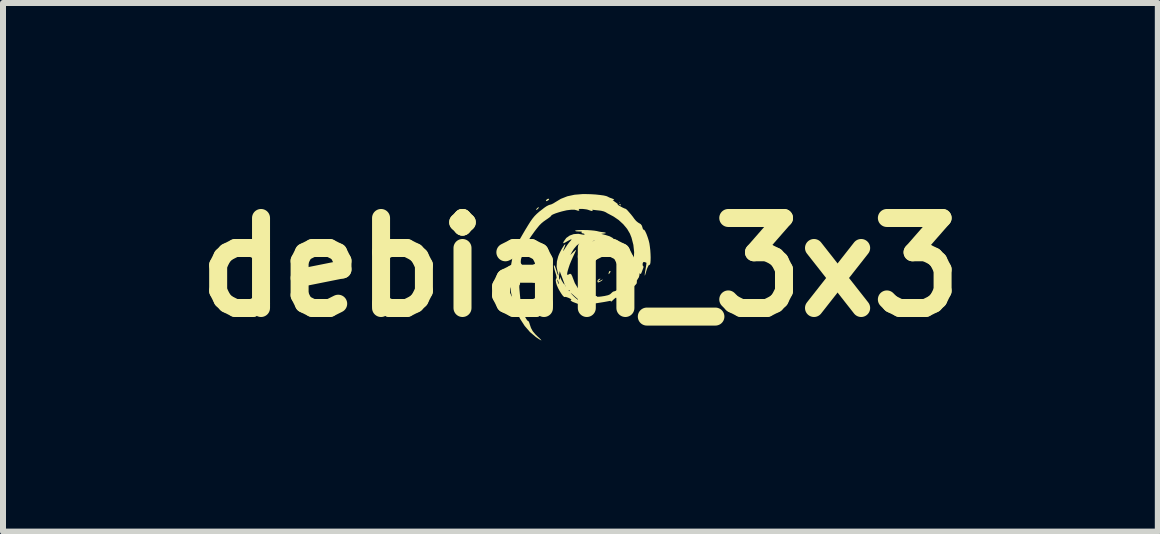
<source format=kicad_pcb>
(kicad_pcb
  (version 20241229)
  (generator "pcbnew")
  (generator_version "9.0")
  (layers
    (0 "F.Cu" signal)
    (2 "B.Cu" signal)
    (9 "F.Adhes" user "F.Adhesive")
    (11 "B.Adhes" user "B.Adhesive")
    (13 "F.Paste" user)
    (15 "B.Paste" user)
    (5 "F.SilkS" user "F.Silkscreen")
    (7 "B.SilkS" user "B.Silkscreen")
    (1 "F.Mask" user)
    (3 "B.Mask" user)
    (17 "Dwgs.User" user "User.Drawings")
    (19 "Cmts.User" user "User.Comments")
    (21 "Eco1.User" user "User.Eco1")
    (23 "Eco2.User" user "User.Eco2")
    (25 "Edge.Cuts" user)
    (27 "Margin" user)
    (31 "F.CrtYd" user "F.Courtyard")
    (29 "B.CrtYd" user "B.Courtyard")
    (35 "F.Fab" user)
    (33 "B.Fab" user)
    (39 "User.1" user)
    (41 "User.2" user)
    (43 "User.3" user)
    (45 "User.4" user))
  (footprint "debian_3x3"
    (layer "F.Cu")
    (at 6.621 1.404)
    (property "Reference" "debian_3x3" (at 0 0 0) (layer "F.SilkS") (effects (font (size 1.5 1.5) (thickness 0.3))))
    (attr board_only exclude_from_pos_files exclude_from_bom)
    (fp_poly (pts (xy 0.656 -1.084) (xy 0.651 -1.078) (xy 0.645 -1.084) (xy 0.651 -1.09)) (stroke (width 0) (type solid)) (fill yes) (layer "F.SilkS"))
    (fp_poly (pts (xy -0.692 -1) (xy -0.699 -0.984) (xy -0.715 -0.967) (xy -0.732 -0.955) (xy -0.738 -0.958) (xy -0.731 -0.973) (xy -0.715 -0.99) (xy -0.698 -1.002)) (stroke (width 0) (type solid)) (fill yes) (layer "F.SilkS"))
    (fp_poly (pts (xy 0.502 0.063) (xy 0.5 0.078) (xy 0.486 0.1) (xy 0.473 0.115) (xy 0.47 0.11) (xy 0.471 0.095) (xy 0.479 0.071) (xy 0.489 0.061)) (stroke (width 0) (type solid)) (fill yes) (layer "F.SilkS"))
    (fp_poly (pts (xy 0.672 -1.046) (xy 0.674 -1.043) (xy 0.673 -1.032) (xy 0.669 -1.031) (xy 0.653 -1.04) (xy 0.651 -1.043) (xy 0.651 -1.054) (xy 0.655 -1.055)) (stroke (width 0) (type solid)) (fill yes) (layer "F.SilkS"))
    (fp_poly (pts (xy -0.526 -1.142) (xy -0.521 -1.131) (xy -0.534 -1.118) (xy -0.558 -1.104) (xy -0.573 -1.104) (xy -0.574 -1.108) (xy -0.566 -1.125) (xy -0.547 -1.139) (xy -0.529 -1.143)) (stroke (width 0) (type solid)) (fill yes) (layer "F.SilkS"))
    (fp_poly (pts (xy 0.822 0.455) (xy 0.822 0.455) (xy 0.806 0.478) (xy 0.796 0.487) (xy 0.789 0.488) (xy 0.796 0.471) (xy 0.796 0.471) (xy 0.811 0.448) (xy 0.822 0.439) (xy 0.829 0.438)) (stroke (width 0) (type solid)) (fill yes) (layer "F.SilkS"))
    (fp_poly (pts (xy -0.486 -0.093) (xy -0.482 -0.066) (xy -0.481 -0.03) (xy -0.481 0.017) (xy -0.484 0.041) (xy -0.488 0.042) (xy -0.494 0.021) (xy -0.497 0.01) (xy -0.503 -0.037) (xy -0.502 -0.075) (xy -0.495 -0.097) (xy -0.492 -0.1)) (stroke (width 0) (type solid)) (fill yes) (layer "F.SilkS"))
    (fp_poly (pts (xy 0.055 0.181) (xy 0.08 0.195) (xy 0.109 0.211) (xy 0.135 0.228) (xy 0.151 0.239) (xy 0.152 0.241) (xy 0.142 0.245) (xy 0.118 0.246) (xy 0.086 0.238) (xy 0.059 0.211) (xy 0.059 0.211) (xy 0.044 0.188) (xy 0.04 0.176) (xy 0.041 0.176)) (stroke (width 0) (type solid)) (fill yes) (layer "F.SilkS"))
    (fp_poly (pts (xy -0.56 0.024) (xy -0.551 0.035) (xy -0.532 0.059) (xy -0.506 0.091) (xy -0.506 0.091) (xy -0.483 0.121) (xy -0.469 0.143) (xy -0.467 0.152) (xy -0.467 0.152) (xy -0.488 0.156) (xy -0.497 0.16) (xy -0.511 0.158) (xy -0.526 0.14) (xy -0.545 0.103) (xy -0.546 0.1) (xy -0.561 0.064) (xy -0.569 0.038) (xy -0.57 0.027) (xy -0.56 0.024)) (stroke (width 0) (type solid)) (fill yes) (layer "F.SilkS"))
    (fp_poly (pts (xy 0.329 0.199) (xy 0.316 0.211) (xy 0.3 0.227) (xy 0.302 0.234) (xy 0.318 0.23) (xy 0.344 0.217) (xy 0.349 0.214) (xy 0.367 0.204) (xy 0.372 0.206) (xy 0.371 0.208) (xy 0.355 0.224) (xy 0.328 0.24) (xy 0.327 0.241) (xy 0.303 0.252) (xy 0.291 0.251) (xy 0.285 0.239) (xy 0.287 0.216) (xy 0.299 0.203) (xy 0.323 0.19) (xy 0.334 0.189)) (stroke (width 0) (type solid)) (fill yes) (layer "F.SilkS"))
    (fp_poly (pts (xy 0.173 -1.218) (xy 0.254 -1.213) (xy 0.327 -1.205) (xy 0.387 -1.197) (xy 0.431 -1.187) (xy 0.451 -1.179) (xy 0.478 -1.165) (xy 0.513 -1.151) (xy 0.519 -1.15) (xy 0.547 -1.138) (xy 0.562 -1.127) (xy 0.563 -1.125) (xy 0.554 -1.119) (xy 0.542 -1.121) (xy 0.539 -1.119) (xy 0.552 -1.108) (xy 0.568 -1.096) (xy 0.607 -1.068) (xy 0.627 -1.052) (xy 0.629 -1.046) (xy 0.615 -1.049) (xy 0.613 -1.048) (xy 0.628 -1.038) (xy 0.658 -1.02) (xy 0.667 -1.015) (xy 0.704 -0.995) (xy 0.734 -0.981) (xy 0.75 -0.976) (xy 0.751 -0.976) (xy 0.763 -0.969) (xy 0.785 -0.948) (xy 0.813 -0.916) (xy 0.845 -0.879) (xy 0.875 -0.841) (xy 0.9 -0.806) (xy 0.901 -0.805) (xy 0.929 -0.772) (xy 0.962 -0.745) (xy 0.971 -0.74) (xy 1.005 -0.72) (xy 1.024 -0.695) (xy 1.037 -0.655) (xy 1.037 -0.653) (xy 1.045 -0.632) (xy 1.055 -0.627) (xy 1.066 -0.622) (xy 1.082 -0.597) (xy 1.101 -0.556) (xy 1.121 -0.502) (xy 1.139 -0.445) (xy 1.15 -0.4) (xy 1.158 -0.345) (xy 1.165 -0.285) (xy 1.169 -0.224) (xy 1.171 -0.166) (xy 1.17 -0.114) (xy 1.167 -0.074) (xy 1.16 -0.047) (xy 1.151 -0.04) (xy 1.15 -0.04) (xy 1.139 -0.035) (xy 1.126 -0.011) (xy 1.11 0.026) (xy 1.096 0.071) (xy 1.09 0.092) (xy 1.08 0.126) (xy 1.074 0.139) (xy 1.072 0.131) (xy 1.074 0.106) (xy 1.08 0.064) (xy 1.086 0.031) (xy 1.094 -0.015) (xy 1.099 -0.051) (xy 1.101 -0.072) (xy 1.1 -0.075) (xy 1.087 -0.081) (xy 1.071 -0.087) (xy 1.051 -0.088) (xy 1.041 -0.072) (xy 1.038 -0.063) (xy 1.037 -0.034) (xy 1.044 -0.023) (xy 1.053 -0.01) (xy 1.048 0.013) (xy 1.045 0.019) (xy 1.031 0.057) (xy 1.019 0.088) (xy 1.009 0.11) (xy 1.001 0.111) (xy 0.996 0.105) (xy 0.988 0.099) (xy 0.985 0.114) (xy 0.985 0.126) (xy 0.975 0.166) (xy 0.96 0.189) (xy 0.941 0.221) (xy 0.941 0.242) (xy 0.939 0.267) (xy 0.92 0.292) (xy 0.91 0.301) (xy 0.88 0.329) (xy 0.855 0.358) (xy 0.853 0.362) (xy 0.839 0.379) (xy 0.832 0.379) (xy 0.832 0.378) (xy 0.83 0.367) (xy 0.82 0.366) (xy 0.801 0.379) (xy 0.77 0.405) (xy 0.739 0.434) (xy 0.704 0.465) (xy 0.674 0.49) (xy 0.653 0.503) (xy 0.649 0.504) (xy 0.631 0.513) (xy 0.622 0.525) (xy 0.613 0.539) (xy 0.61 0.533) (xy 0.61 0.525) (xy 0.604 0.507) (xy 0.586 0.509) (xy 0.559 0.531) (xy 0.551 0.539) (xy 0.528 0.561) (xy 0.512 0.573) (xy 0.505 0.573) (xy 0.509 0.564) (xy 0.504 0.559) (xy 0.481 0.562) (xy 0.472 0.564) (xy 0.435 0.571) (xy 0.385 0.58) (xy 0.329 0.589) (xy 0.273 0.598) (xy 0.222 0.605) (xy 0.185 0.609) (xy 0.17 0.61) (xy 0.146 0.606) (xy 0.142 0.597) (xy 0.157 0.586) (xy 0.182 0.579) (xy 0.211 0.572) (xy 0.228 0.563) (xy 0.229 0.561) (xy 0.23 0.553) (xy 0.214 0.553) (xy 0.18 0.563) (xy 0.164 0.568) (xy 0.115 0.582) (xy 0.071 0.584) (xy 0.028 0.573) (xy -0.018 0.547) (xy -0.071 0.505) (xy -0.116 0.464) (xy -0.146 0.438) (xy -0.159 0.427) (xy -0.157 0.432) (xy -0.147 0.445) (xy -0.119 0.475) (xy -0.082 0.51) (xy -0.054 0.532) (xy -0.025 0.556) (xy -0.013 0.57) (xy -0.021 0.571) (xy -0.043 0.568) (xy -0.043 0.573) (xy -0.022 0.586) (xy -0.001 0.597) (xy 0.029 0.614) (xy 0.049 0.629) (xy 0.052 0.632) (xy 0.046 0.634) (xy 0.022 0.629) (xy -0.012 0.619) (xy -0.052 0.605) (xy -0.092 0.59) (xy -0.128 0.576) (xy -0.132 0.574) (xy -0.156 0.559) (xy -0.164 0.546) (xy -0.153 0.539) (xy -0.149 0.538) (xy -0.151 0.534) (xy -0.169 0.523) (xy -0.193 0.511) (xy -0.227 0.498) (xy -0.251 0.493) (xy -0.259 0.495) (xy -0.27 0.495) (xy -0.29 0.477) (xy -0.314 0.445) (xy -0.341 0.402) (xy -0.355 0.378) (xy -0.197 0.378) (xy -0.195 0.385) (xy -0.183 0.398) (xy -0.176 0.395) (xy -0.176 0.393) (xy -0.184 0.383) (xy -0.189 0.38) (xy -0.197 0.378) (xy -0.355 0.378) (xy -0.369 0.352) (xy -0.37 0.35) (xy -0.387 0.311) (xy -0.258 0.311) (xy -0.252 0.316) (xy -0.246 0.311) (xy -0.252 0.305) (xy -0.258 0.311) (xy -0.387 0.311) (xy -0.392 0.3) (xy -0.406 0.253) (xy -0.411 0.215) (xy -0.409 0.208) (xy -0.384 0.208) (xy -0.383 0.224) (xy -0.376 0.249) (xy -0.367 0.272) (xy -0.359 0.281) (xy -0.359 0.271) (xy -0.364 0.247) (xy -0.367 0.239) (xy -0.376 0.215) (xy -0.383 0.206) (xy -0.384 0.208) (xy -0.409 0.208) (xy -0.406 0.191) (xy -0.399 0.186) (xy -0.396 0.173) (xy -0.4 0.149) (xy -0.356 0.149) (xy -0.354 0.182) (xy -0.352 0.192) (xy -0.344 0.208) (xy -0.341 0.204) (xy -0.34 0.188) (xy -0.338 0.158) (xy -0.327 0.187) (xy -0.314 0.215) (xy -0.297 0.245) (xy -0.28 0.271) (xy -0.267 0.288) (xy -0.263 0.29) (xy -0.265 0.278) (xy -0.275 0.25) (xy -0.29 0.21) (xy -0.299 0.184) (xy -0.317 0.138) (xy -0.332 0.099) (xy -0.34 0.074) (xy -0.341 0.068) (xy -0.344 0.069) (xy -0.348 0.089) (xy -0.352 0.11) (xy -0.356 0.149) (xy -0.4 0.149) (xy -0.4 0.143) (xy -0.409 0.111) (xy -0.429 0.044) (xy -0.44 -0.002) (xy -0.442 -0.028) (xy -0.437 -0.035) (xy -0.429 -0.025) (xy -0.417 0.003) (xy -0.404 0.042) (xy -0.4 0.054) (xy -0.387 0.095) (xy -0.376 0.124) (xy -0.369 0.137) (xy -0.367 0.137) (xy -0.367 0.123) (xy -0.373 0.095) (xy -0.38 0.075) (xy -0.396 -0.009) (xy -0.391 -0.098) (xy -0.37 -0.18) (xy -0.354 -0.22) (xy -0.333 -0.263) (xy -0.31 -0.306) (xy -0.287 -0.343) (xy -0.268 -0.371) (xy -0.254 -0.384) (xy -0.251 -0.384) (xy -0.252 -0.371) (xy -0.261 -0.344) (xy -0.269 -0.324) (xy -0.281 -0.293) (xy -0.288 -0.273) (xy -0.288 -0.27) (xy -0.28 -0.279) (xy -0.264 -0.303) (xy -0.246 -0.331) (xy -0.219 -0.372) (xy -0.189 -0.412) (xy -0.172 -0.431) (xy -0.151 -0.456) (xy -0.147 -0.466) (xy -0.162 -0.463) (xy -0.195 -0.446) (xy -0.217 -0.434) (xy -0.257 -0.411) (xy -0.279 -0.401) (xy -0.287 -0.404) (xy -0.282 -0.42) (xy -0.276 -0.432) (xy -0.235 -0.489) (xy -0.178 -0.529) (xy -0.11 -0.553) (xy -0.035 -0.558) (xy 0.044 -0.544) (xy 0.065 -0.543) (xy 0.07 -0.55) (xy 0.061 -0.56) (xy 0.048 -0.563) (xy 0.026 -0.568) (xy 0.017 -0.579) (xy 0.025 -0.589) (xy 0.026 -0.59) (xy 0.024 -0.593) (xy 0.003 -0.596) (xy -0.027 -0.597) (xy -0.066 -0.599) (xy -0.086 -0.605) (xy -0.088 -0.61) (xy -0.073 -0.615) (xy -0.039 -0.619) (xy 0.007 -0.621) (xy 0.063 -0.621) (xy 0.121 -0.62) (xy 0.178 -0.616) (xy 0.229 -0.611) (xy 0.268 -0.605) (xy 0.274 -0.604) (xy 0.315 -0.594) (xy 0.352 -0.588) (xy 0.369 -0.586) (xy 0.401 -0.582) (xy 0.418 -0.577) (xy 0.426 -0.571) (xy 0.415 -0.566) (xy 0.393 -0.563) (xy 0.346 -0.557) (xy 0.426 -0.536) (xy 0.489 -0.516) (xy 0.537 -0.49) (xy 0.576 -0.452) (xy 0.601 -0.419) (xy 0.62 -0.384) (xy 0.631 -0.351) (xy 0.632 -0.327) (xy 0.622 -0.317) (xy 0.621 -0.316) (xy 0.612 -0.326) (xy 0.609 -0.343) (xy 0.608 -0.363) (xy 0.604 -0.377) (xy 0.592 -0.388) (xy 0.571 -0.395) (xy 0.537 -0.399) (xy 0.488 -0.401) (xy 0.419 -0.401) (xy 0.378 -0.402) (xy 0.319 -0.402) (xy 0.27 -0.404) (xy 0.236 -0.406) (xy 0.22 -0.409) (xy 0.219 -0.411) (xy 0.235 -0.419) (xy 0.265 -0.432) (xy 0.285 -0.44) (xy 0.315 -0.452) (xy 0.334 -0.461) (xy 0.336 -0.464) (xy 0.324 -0.463) (xy 0.294 -0.458) (xy 0.251 -0.448) (xy 0.212 -0.439) (xy 0.16 -0.427) (xy 0.115 -0.419) (xy 0.082 -0.416) (xy 0.069 -0.416) (xy 0.028 -0.418) (xy -0.017 -0.398) (xy -0.063 -0.361) (xy -0.108 -0.307) (xy -0.14 -0.256) (xy -0.167 -0.205) (xy -0.119 -0.251) (xy -0.093 -0.275) (xy -0.075 -0.289) (xy -0.07 -0.291) (xy -0.075 -0.278) (xy -0.088 -0.249) (xy -0.107 -0.208) (xy -0.128 -0.163) (xy -0.154 -0.104) (xy -0.178 -0.045) (xy -0.197 0.012) (xy -0.212 0.062) (xy -0.22 0.1) (xy -0.22 0.122) (xy -0.219 0.125) (xy -0.205 0.125) (xy -0.194 0.118) (xy -0.17 0.107) (xy -0.151 0.119) (xy -0.134 0.154) (xy -0.13 0.166) (xy -0.092 0.264) (xy -0.043 0.346) (xy 0.015 0.409) (xy 0.081 0.453) (xy 0.153 0.475) (xy 0.213 0.478) (xy 0.248 0.477) (xy 0.27 0.479) (xy 0.274 0.483) (xy 0.279 0.49) (xy 0.304 0.491) (xy 0.346 0.487) (xy 0.404 0.478) (xy 0.413 0.476) (xy 0.461 0.465) (xy 0.493 0.451) (xy 0.515 0.432) (xy 0.516 0.43) (xy 0.544 0.406) (xy 0.569 0.399) (xy 0.589 0.392) (xy 0.616 0.376) (xy 0.645 0.355) (xy 0.67 0.334) (xy 0.685 0.316) (xy 0.686 0.307) (xy 0.689 0.296) (xy 0.704 0.274) (xy 0.709 0.267) (xy 0.748 0.214) (xy 0.788 0.146) (xy 0.826 0.072) (xy 0.856 -0.001) (xy 0.863 -0.019) (xy 0.889 -0.131) (xy 0.896 -0.251) (xy 0.883 -0.374) (xy 0.852 -0.494) (xy 0.825 -0.562) (xy 0.779 -0.64) (xy 0.715 -0.717) (xy 0.639 -0.787) (xy 0.556 -0.844) (xy 0.532 -0.857) (xy 0.489 -0.88) (xy 0.449 -0.901) (xy 0.423 -0.917) (xy 0.421 -0.918) (xy 0.391 -0.931) (xy 0.351 -0.941) (xy 0.333 -0.944) (xy 0.287 -0.949) (xy 0.241 -0.954) (xy 0.229 -0.956) (xy 0.201 -0.958) (xy 0.194 -0.954) (xy 0.199 -0.95) (xy 0.209 -0.94) (xy 0.2 -0.937) (xy 0.178 -0.941) (xy 0.148 -0.951) (xy 0.137 -0.955) (xy 0.111 -0.963) (xy 0.077 -0.968) (xy 0.041 -0.972) (xy 0.007 -0.973) (xy -0.018 -0.972) (xy -0.029 -0.967) (xy -0.025 -0.962) (xy -0.016 -0.951) (xy -0.024 -0.944) (xy -0.042 -0.943) (xy -0.058 -0.949) (xy -0.096 -0.959) (xy -0.154 -0.959) (xy -0.228 -0.95) (xy -0.254 -0.944) (xy -0.309 -0.931) (xy -0.364 -0.915) (xy -0.413 -0.899) (xy -0.452 -0.883) (xy -0.478 -0.87) (xy -0.484 -0.862) (xy -0.493 -0.85) (xy -0.517 -0.83) (xy -0.552 -0.805) (xy -0.573 -0.791) (xy -0.614 -0.762) (xy -0.649 -0.733) (xy -0.683 -0.699) (xy -0.72 -0.654) (xy -0.759 -0.604) (xy -0.824 -0.513) (xy -0.872 -0.437) (xy -0.903 -0.375) (xy -0.917 -0.329) (xy -0.917 -0.327) (xy -0.926 -0.295) (xy -0.941 -0.266) (xy -0.956 -0.234) (xy -0.961 -0.206) (xy -0.965 -0.183) (xy -0.972 -0.176) (xy -0.98 -0.165) (xy -0.988 -0.139) (xy -0.991 -0.122) (xy -0.994 -0.086) (xy -0.989 -0.062) (xy -0.974 -0.043) (xy -0.958 -0.017) (xy -0.95 0.019) (xy -0.949 0.045) (xy -0.951 0.079) (xy -0.957 0.101) (xy -0.961 0.105) (xy -0.973 0.096) (xy -0.974 0.091) (xy -0.978 0.089) (xy -0.986 0.105) (xy -0.993 0.138) (xy -0.992 0.173) (xy -0.991 0.2) (xy -0.998 0.211) (xy -0.998 0.211) (xy -1.006 0.221) (xy -1.006 0.248) (xy -1.006 0.252) (xy -1.005 0.279) (xy -1.01 0.293) (xy -1.012 0.293) (xy -1.017 0.304) (xy -1.018 0.333) (xy -1.015 0.372) (xy -1.01 0.429) (xy -1.004 0.492) (xy -1 0.533) (xy -0.994 0.582) (xy -0.985 0.614) (xy -0.977 0.625) (xy -0.964 0.643) (xy -0.961 0.657) (xy -0.957 0.683) (xy -0.946 0.717) (xy -0.943 0.723) (xy -0.933 0.76) (xy -0.937 0.779) (xy -0.942 0.798) (xy -0.937 0.805) (xy -0.924 0.823) (xy -0.907 0.852) (xy -0.904 0.857) (xy -0.888 0.882) (xy -0.874 0.894) (xy -0.871 0.894) (xy -0.861 0.903) (xy -0.85 0.928) (xy -0.845 0.946) (xy -0.823 1.011) (xy -0.793 1.066) (xy -0.748 1.119) (xy -0.713 1.153) (xy -0.681 1.182) (xy -0.659 1.205) (xy -0.65 1.217) (xy -0.651 1.218) (xy -0.665 1.212) (xy -0.693 1.195) (xy -0.73 1.17) (xy -0.742 1.162) (xy -0.84 1.079) (xy -0.928 0.977) (xy -1.005 0.858) (xy -1.069 0.725) (xy -1.119 0.581) (xy -1.154 0.428) (xy -1.161 0.378) (xy -1.17 0.282) (xy -1.171 0.174) (xy -1.166 0.063) (xy -1.154 -0.043) (xy -1.137 -0.136) (xy -1.134 -0.152) (xy -1.115 -0.22) (xy -1.095 -0.281) (xy -1.072 -0.339) (xy -1.045 -0.399) (xy -1.01 -0.466) (xy -0.965 -0.544) (xy -0.917 -0.626) (xy -0.87 -0.703) (xy -0.831 -0.765) (xy -0.796 -0.814) (xy -0.762 -0.855) (xy -0.726 -0.891) (xy -0.684 -0.928) (xy -0.632 -0.968) (xy -0.603 -0.991) (xy -0.565 -1.017) (xy -0.53 -1.035) (xy -0.506 -1.043) (xy -0.505 -1.043) (xy -0.481 -1.05) (xy -0.447 -1.067) (xy -0.423 -1.082) (xy -0.325 -1.141) (xy -0.218 -1.183) (xy -0.098 -1.209) (xy 0.036 -1.22) (xy 0.088 -1.22)) (stroke (width 0) (type solid)) (fill yes) (layer "F.SilkS")))
  (gr_rect
    (start -3 -3)
    (end 16.243 5.808)
    (stroke (width 0.1) (type default))
    (fill no)
    (layer "Edge.Cuts")))
</source>
